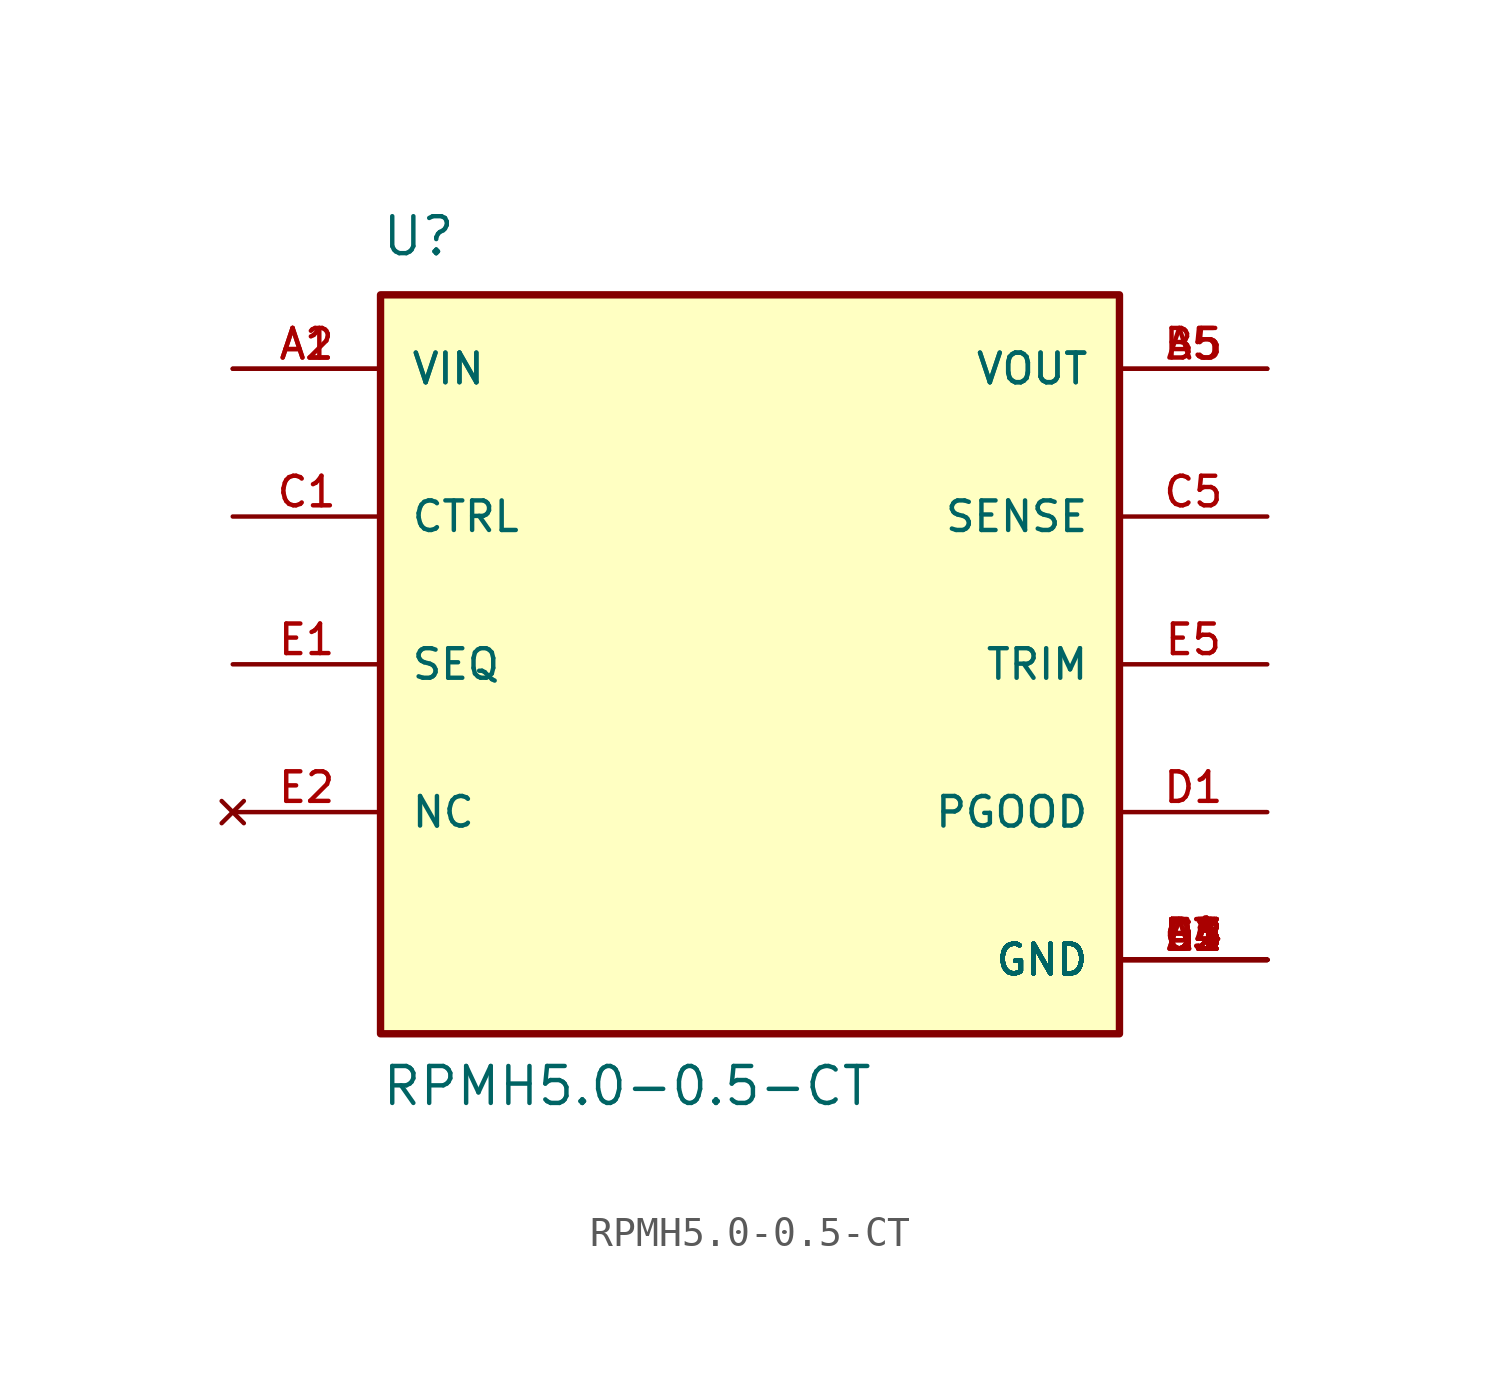
<source format=kicad_sym>
(kicad_symbol_lib
  (version 20211014)
  (generator kicad_symbol_editor)
  (symbol "RPMH5.0-0.5-CT"
    (pin_names
      (offset 1.016))
    (property "Reference" "U"
      (at -12.7 13.97 0)
      (effects (font (size 1.27 1.27)) (justify bottom left)))
    (property "Value" "RPMH5.0-0.5-CT"
      (at -12.7 -15.24 0)
      (effects (font (size 1.27 1.27)) (justify bottom left)))
    (symbol "RPMH5.0-0.5-CT_0_0"
      (rectangle (start -12.7 -12.7) (end 12.7 12.7) (stroke (width 0.254)) (fill (type background)))
      (pin input line (at -17.78 10.16 0) (length 5.08) (name "VIN" (effects (font (size 1.016 1.016)))) (number "A1" (effects (font (size 1.016 1.016)))))
      (pin input line (at -17.78 10.16 0) (length 5.08) (name "VIN" (effects (font (size 1.016 1.016)))) (number "A2" (effects (font (size 1.016 1.016)))))
      (pin output line (at 17.78 10.16 180.0) (length 5.08) (name "VOUT" (effects (font (size 1.016 1.016)))) (number "A5" (effects (font (size 1.016 1.016)))))
      (pin output line (at 17.78 10.16 180.0) (length 5.08) (name "VOUT" (effects (font (size 1.016 1.016)))) (number "B5" (effects (font (size 1.016 1.016)))))
      (pin power_in line (at 17.78 -10.16 180.0) (length 5.08) (name "GND" (effects (font (size 1.016 1.016)))) (number "A3" (effects (font (size 1.016 1.016)))))
      (pin power_in line (at 17.78 -10.16 180.0) (length 5.08) (name "GND" (effects (font (size 1.016 1.016)))) (number "A4" (effects (font (size 1.016 1.016)))))
      (pin power_in line (at 17.78 -10.16 180.0) (length 5.08) (name "GND" (effects (font (size 1.016 1.016)))) (number "B1" (effects (font (size 1.016 1.016)))))
      (pin power_in line (at 17.78 -10.16 180.0) (length 5.08) (name "GND" (effects (font (size 1.016 1.016)))) (number "B2" (effects (font (size 1.016 1.016)))))
      (pin power_in line (at 17.78 -10.16 180.0) (length 5.08) (name "GND" (effects (font (size 1.016 1.016)))) (number "B3" (effects (font (size 1.016 1.016)))))
      (pin power_in line (at 17.78 -10.16 180.0) (length 5.08) (name "GND" (effects (font (size 1.016 1.016)))) (number "B4" (effects (font (size 1.016 1.016)))))
      (pin power_in line (at 17.78 -10.16 180.0) (length 5.08) (name "GND" (effects (font (size 1.016 1.016)))) (number "C2" (effects (font (size 1.016 1.016)))))
      (pin power_in line (at 17.78 -10.16 180.0) (length 5.08) (name "GND" (effects (font (size 1.016 1.016)))) (number "C3" (effects (font (size 1.016 1.016)))))
      (pin power_in line (at 17.78 -10.16 180.0) (length 5.08) (name "GND" (effects (font (size 1.016 1.016)))) (number "C4" (effects (font (size 1.016 1.016)))))
      (pin power_in line (at 17.78 -10.16 180.0) (length 5.08) (name "GND" (effects (font (size 1.016 1.016)))) (number "D2" (effects (font (size 1.016 1.016)))))
      (pin power_in line (at 17.78 -10.16 180.0) (length 5.08) (name "GND" (effects (font (size 1.016 1.016)))) (number "D3" (effects (font (size 1.016 1.016)))))
      (pin power_in line (at 17.78 -10.16 180.0) (length 5.08) (name "GND" (effects (font (size 1.016 1.016)))) (number "D4" (effects (font (size 1.016 1.016)))))
      (pin power_in line (at 17.78 -10.16 180.0) (length 5.08) (name "GND" (effects (font (size 1.016 1.016)))) (number "D5" (effects (font (size 1.016 1.016)))))
      (pin power_in line (at 17.78 -10.16 180.0) (length 5.08) (name "GND" (effects (font (size 1.016 1.016)))) (number "E3" (effects (font (size 1.016 1.016)))))
      (pin power_in line (at 17.78 -10.16 180.0) (length 5.08) (name "GND" (effects (font (size 1.016 1.016)))) (number "E4" (effects (font (size 1.016 1.016)))))
      (pin input line (at -17.78 5.08 0) (length 5.08) (name "CTRL" (effects (font (size 1.016 1.016)))) (number "C1" (effects (font (size 1.016 1.016)))))
      (pin passive line (at 17.78 0.0 180.0) (length 5.08) (name "TRIM" (effects (font (size 1.016 1.016)))) (number "E5" (effects (font (size 1.016 1.016)))))
      (pin no_connect line (at -17.78 -5.08 0) (length 5.08) (name "NC" (effects (font (size 1.016 1.016)))) (number "E2" (effects (font (size 1.016 1.016)))))
      (pin input line (at 17.78 5.08 180.0) (length 5.08) (name "SENSE" (effects (font (size 1.016 1.016)))) (number "C5" (effects (font (size 1.016 1.016)))))
      (pin output line (at 17.78 -5.08 180.0) (length 5.08) (name "PGOOD" (effects (font (size 1.016 1.016)))) (number "D1" (effects (font (size 1.016 1.016)))))
      (pin input line (at -17.78 0.0 0) (length 5.08) (name "SEQ" (effects (font (size 1.016 1.016)))) (number "E1" (effects (font (size 1.016 1.016))))))))
</source>
